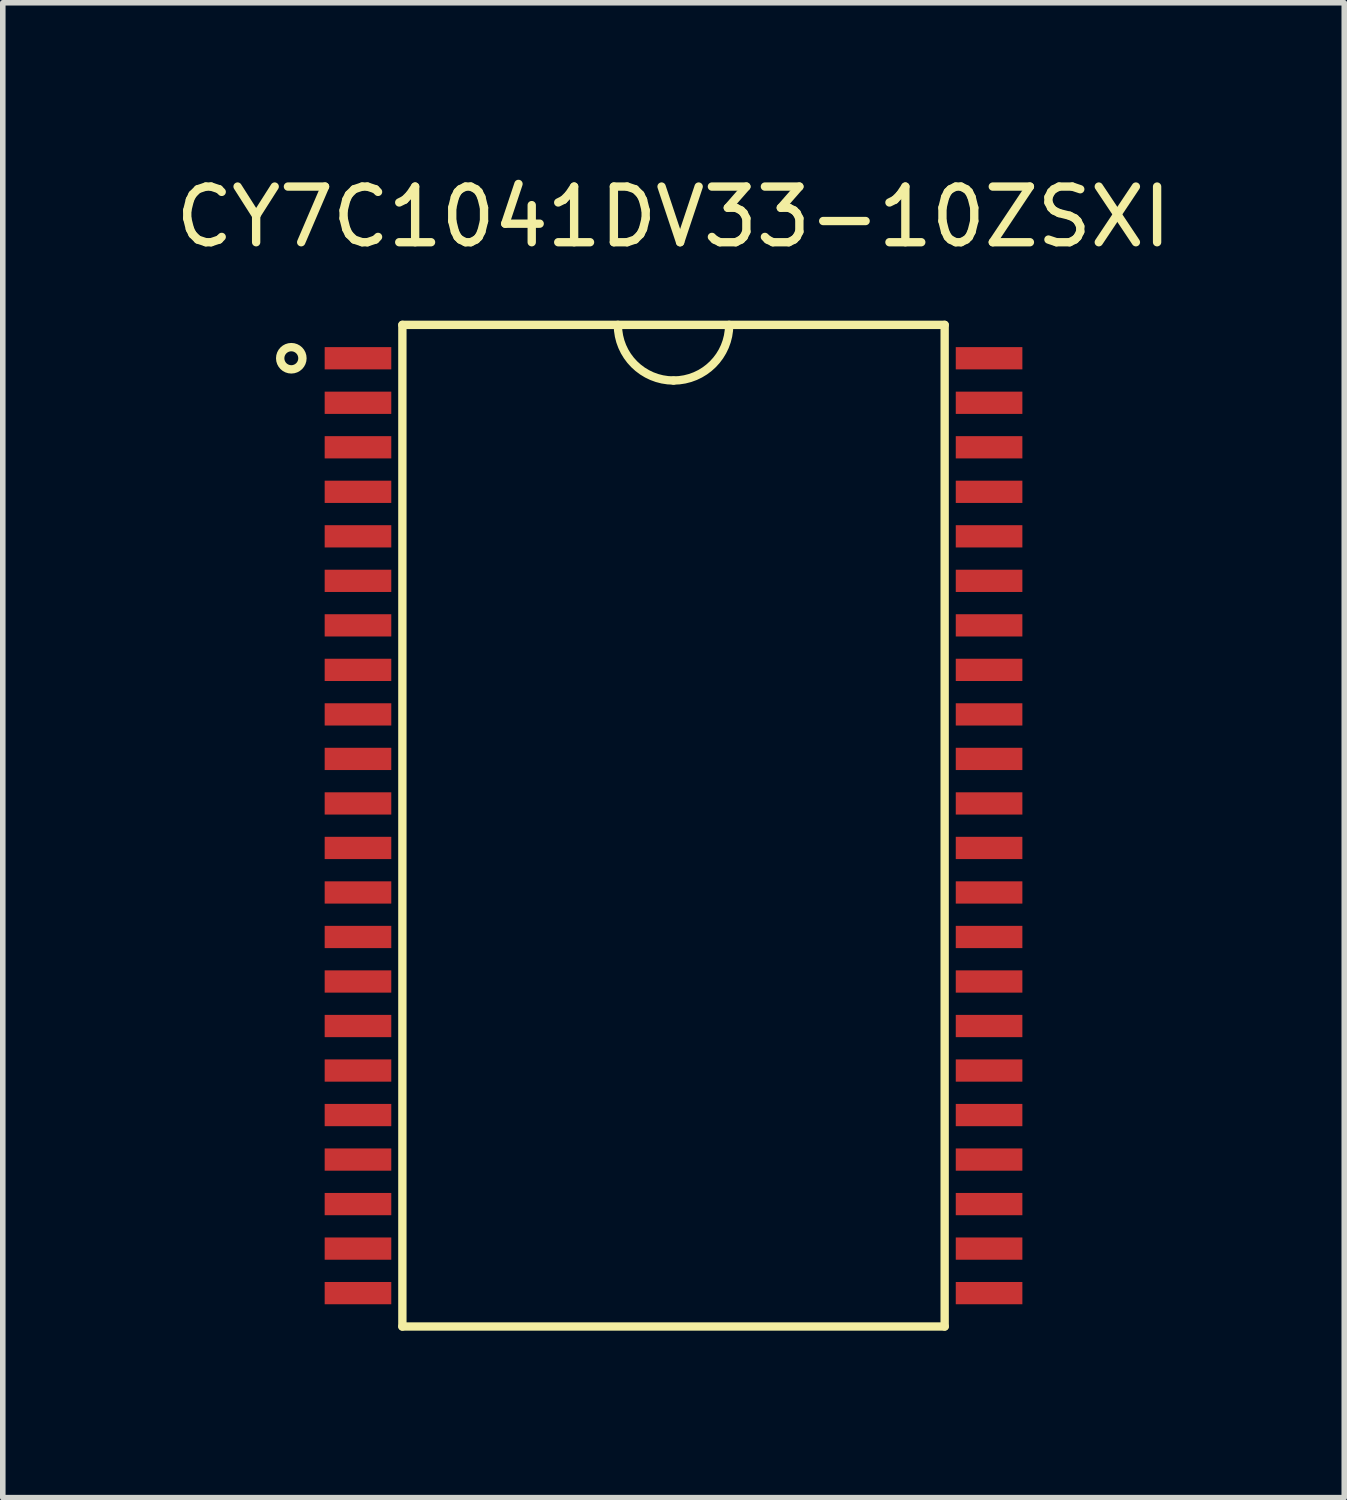
<source format=kicad_pcb>
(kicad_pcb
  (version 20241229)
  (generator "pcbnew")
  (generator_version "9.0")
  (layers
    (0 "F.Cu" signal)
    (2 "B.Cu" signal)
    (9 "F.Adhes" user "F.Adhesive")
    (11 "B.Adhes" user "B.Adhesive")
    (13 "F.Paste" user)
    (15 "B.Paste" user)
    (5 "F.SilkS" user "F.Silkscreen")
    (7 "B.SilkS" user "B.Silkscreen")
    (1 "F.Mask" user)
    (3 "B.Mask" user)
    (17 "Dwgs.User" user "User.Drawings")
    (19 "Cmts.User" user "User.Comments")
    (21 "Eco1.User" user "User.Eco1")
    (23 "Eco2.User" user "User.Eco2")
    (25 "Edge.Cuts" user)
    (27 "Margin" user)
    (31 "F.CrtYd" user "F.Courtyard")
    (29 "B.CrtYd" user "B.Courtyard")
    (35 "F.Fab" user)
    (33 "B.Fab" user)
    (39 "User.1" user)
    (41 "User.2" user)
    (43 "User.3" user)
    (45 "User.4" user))
  (footprint "CY7C1041DV33-10ZSXI"
    (layer "F.Cu")
    (at 3.383 3.388)
    (property "Reference" "CY7C1041DV33-10ZSXI" (at 5.67 -2.54 0) (layer "F.SilkS") (effects (font (size 1 1) (thickness 0.15))))
    (attr through_hole)
    (fp_line (start 0.798 -0.6) (end 10.543 -0.6) (stroke (width 0.15) (type solid)) (layer "F.SilkS"))
    (fp_line (start 0.798 17.4) (end 0.798 -0.6) (stroke (width 0.15) (type solid)) (layer "F.SilkS"))
    (fp_line (start 10.543 -0.6) (end 10.543 17.4) (stroke (width 0.15) (type solid)) (layer "F.SilkS"))
    (fp_line (start 10.543 17.4) (end 0.798 17.4) (stroke (width 0.15) (type solid)) (layer "F.SilkS"))
    (fp_arc (start 5.6705 0.4) (mid 4.963393 0.107107) (end 4.6705 -0.6) (stroke (width 0.15) (type solid)) (layer "F.SilkS"))
    (fp_arc (start 6.6705 -0.6) (mid 6.377607 0.107107) (end 5.6705 0.4) (stroke (width 0.15) (type solid)) (layer "F.SilkS"))
    (fp_circle (center -1.198 0) (end -1.198 0.2) (stroke (width 0.15) (type solid)) (fill no) (layer "F.SilkS"))
    (pad "1" smd rect (at 0 0) (size 1.197 0.4) (layers "F.Cu" "F.Mask" "F.Paste"))
    (pad "2" smd rect (at 0 0.8) (size 1.197 0.4) (layers "F.Cu" "F.Mask" "F.Paste"))
    (pad "3" smd rect (at 0 1.6) (size 1.197 0.4) (layers "F.Cu" "F.Mask" "F.Paste"))
    (pad "4" smd rect (at 0 2.4) (size 1.197 0.4) (layers "F.Cu" "F.Mask" "F.Paste"))
    (pad "5" smd rect (at 0 3.2) (size 1.197 0.4) (layers "F.Cu" "F.Mask" "F.Paste"))
    (pad "6" smd rect (at 0 4) (size 1.197 0.4) (layers "F.Cu" "F.Mask" "F.Paste"))
    (pad "7" smd rect (at 0 4.8) (size 1.197 0.4) (layers "F.Cu" "F.Mask" "F.Paste"))
    (pad "8" smd rect (at 0 5.6) (size 1.197 0.4) (layers "F.Cu" "F.Mask" "F.Paste"))
    (pad "9" smd rect (at 0 6.4) (size 1.197 0.4) (layers "F.Cu" "F.Mask" "F.Paste"))
    (pad "10" smd rect (at 0 7.2) (size 1.197 0.4) (layers "F.Cu" "F.Mask" "F.Paste"))
    (pad "11" smd rect (at 0 8) (size 1.197 0.4) (layers "F.Cu" "F.Mask" "F.Paste"))
    (pad "12" smd rect (at 0 8.8) (size 1.197 0.4) (layers "F.Cu" "F.Mask" "F.Paste"))
    (pad "13" smd rect (at 0 9.6) (size 1.197 0.4) (layers "F.Cu" "F.Mask" "F.Paste"))
    (pad "14" smd rect (at 0 10.4) (size 1.197 0.4) (layers "F.Cu" "F.Mask" "F.Paste"))
    (pad "15" smd rect (at 0 11.2) (size 1.197 0.4) (layers "F.Cu" "F.Mask" "F.Paste"))
    (pad "16" smd rect (at 0 12) (size 1.197 0.4) (layers "F.Cu" "F.Mask" "F.Paste"))
    (pad "17" smd rect (at 0 12.8) (size 1.197 0.4) (layers "F.Cu" "F.Mask" "F.Paste"))
    (pad "18" smd rect (at 0 13.6) (size 1.197 0.4) (layers "F.Cu" "F.Mask" "F.Paste"))
    (pad "19" smd rect (at 0 14.4) (size 1.197 0.4) (layers "F.Cu" "F.Mask" "F.Paste"))
    (pad "20" smd rect (at 0 15.2) (size 1.197 0.4) (layers "F.Cu" "F.Mask" "F.Paste"))
    (pad "21" smd rect (at 0 16) (size 1.197 0.4) (layers "F.Cu" "F.Mask" "F.Paste"))
    (pad "22" smd rect (at 0 16.8) (size 1.197 0.4) (layers "F.Cu" "F.Mask" "F.Paste"))
    (pad "23" smd rect (at 11.341 16.8) (size 1.197 0.4) (layers "F.Cu" "F.Mask" "F.Paste"))
    (pad "24" smd rect (at 11.341 16) (size 1.197 0.4) (layers "F.Cu" "F.Mask" "F.Paste"))
    (pad "25" smd rect (at 11.341 15.2) (size 1.197 0.4) (layers "F.Cu" "F.Mask" "F.Paste"))
    (pad "26" smd rect (at 11.341 14.4) (size 1.197 0.4) (layers "F.Cu" "F.Mask" "F.Paste"))
    (pad "27" smd rect (at 11.341 13.6) (size 1.197 0.4) (layers "F.Cu" "F.Mask" "F.Paste"))
    (pad "28" smd rect (at 11.341 12.8) (size 1.197 0.4) (layers "F.Cu" "F.Mask" "F.Paste"))
    (pad "29" smd rect (at 11.341 12) (size 1.197 0.4) (layers "F.Cu" "F.Mask" "F.Paste"))
    (pad "30" smd rect (at 11.341 11.2) (size 1.197 0.4) (layers "F.Cu" "F.Mask" "F.Paste"))
    (pad "31" smd rect (at 11.341 10.4) (size 1.197 0.4) (layers "F.Cu" "F.Mask" "F.Paste"))
    (pad "32" smd rect (at 11.341 9.6) (size 1.197 0.4) (layers "F.Cu" "F.Mask" "F.Paste"))
    (pad "33" smd rect (at 11.341 8.8) (size 1.197 0.4) (layers "F.Cu" "F.Mask" "F.Paste"))
    (pad "34" smd rect (at 11.341 8) (size 1.197 0.4) (layers "F.Cu" "F.Mask" "F.Paste"))
    (pad "35" smd rect (at 11.341 7.2) (size 1.197 0.4) (layers "F.Cu" "F.Mask" "F.Paste"))
    (pad "36" smd rect (at 11.341 6.4) (size 1.197 0.4) (layers "F.Cu" "F.Mask" "F.Paste"))
    (pad "37" smd rect (at 11.341 5.6) (size 1.197 0.4) (layers "F.Cu" "F.Mask" "F.Paste"))
    (pad "38" smd rect (at 11.341 4.8) (size 1.197 0.4) (layers "F.Cu" "F.Mask" "F.Paste"))
    (pad "39" smd rect (at 11.341 4) (size 1.197 0.4) (layers "F.Cu" "F.Mask" "F.Paste"))
    (pad "40" smd rect (at 11.341 3.2) (size 1.197 0.4) (layers "F.Cu" "F.Mask" "F.Paste"))
    (pad "41" smd rect (at 11.341 2.4) (size 1.197 0.4) (layers "F.Cu" "F.Mask" "F.Paste"))
    (pad "42" smd rect (at 11.341 1.6) (size 1.197 0.4) (layers "F.Cu" "F.Mask" "F.Paste"))
    (pad "43" smd rect (at 11.341 0.8) (size 1.197 0.4) (layers "F.Cu" "F.Mask" "F.Paste"))
    (pad "44" smd rect (at 11.341 0) (size 1.197 0.4) (layers "F.Cu" "F.Mask" "F.Paste")))
  (gr_rect
    (start -3 -3)
    (end 21.107 23.863)
    (stroke (width 0.1) (type default))
    (fill no)
    (layer "Edge.Cuts")))
</source>
